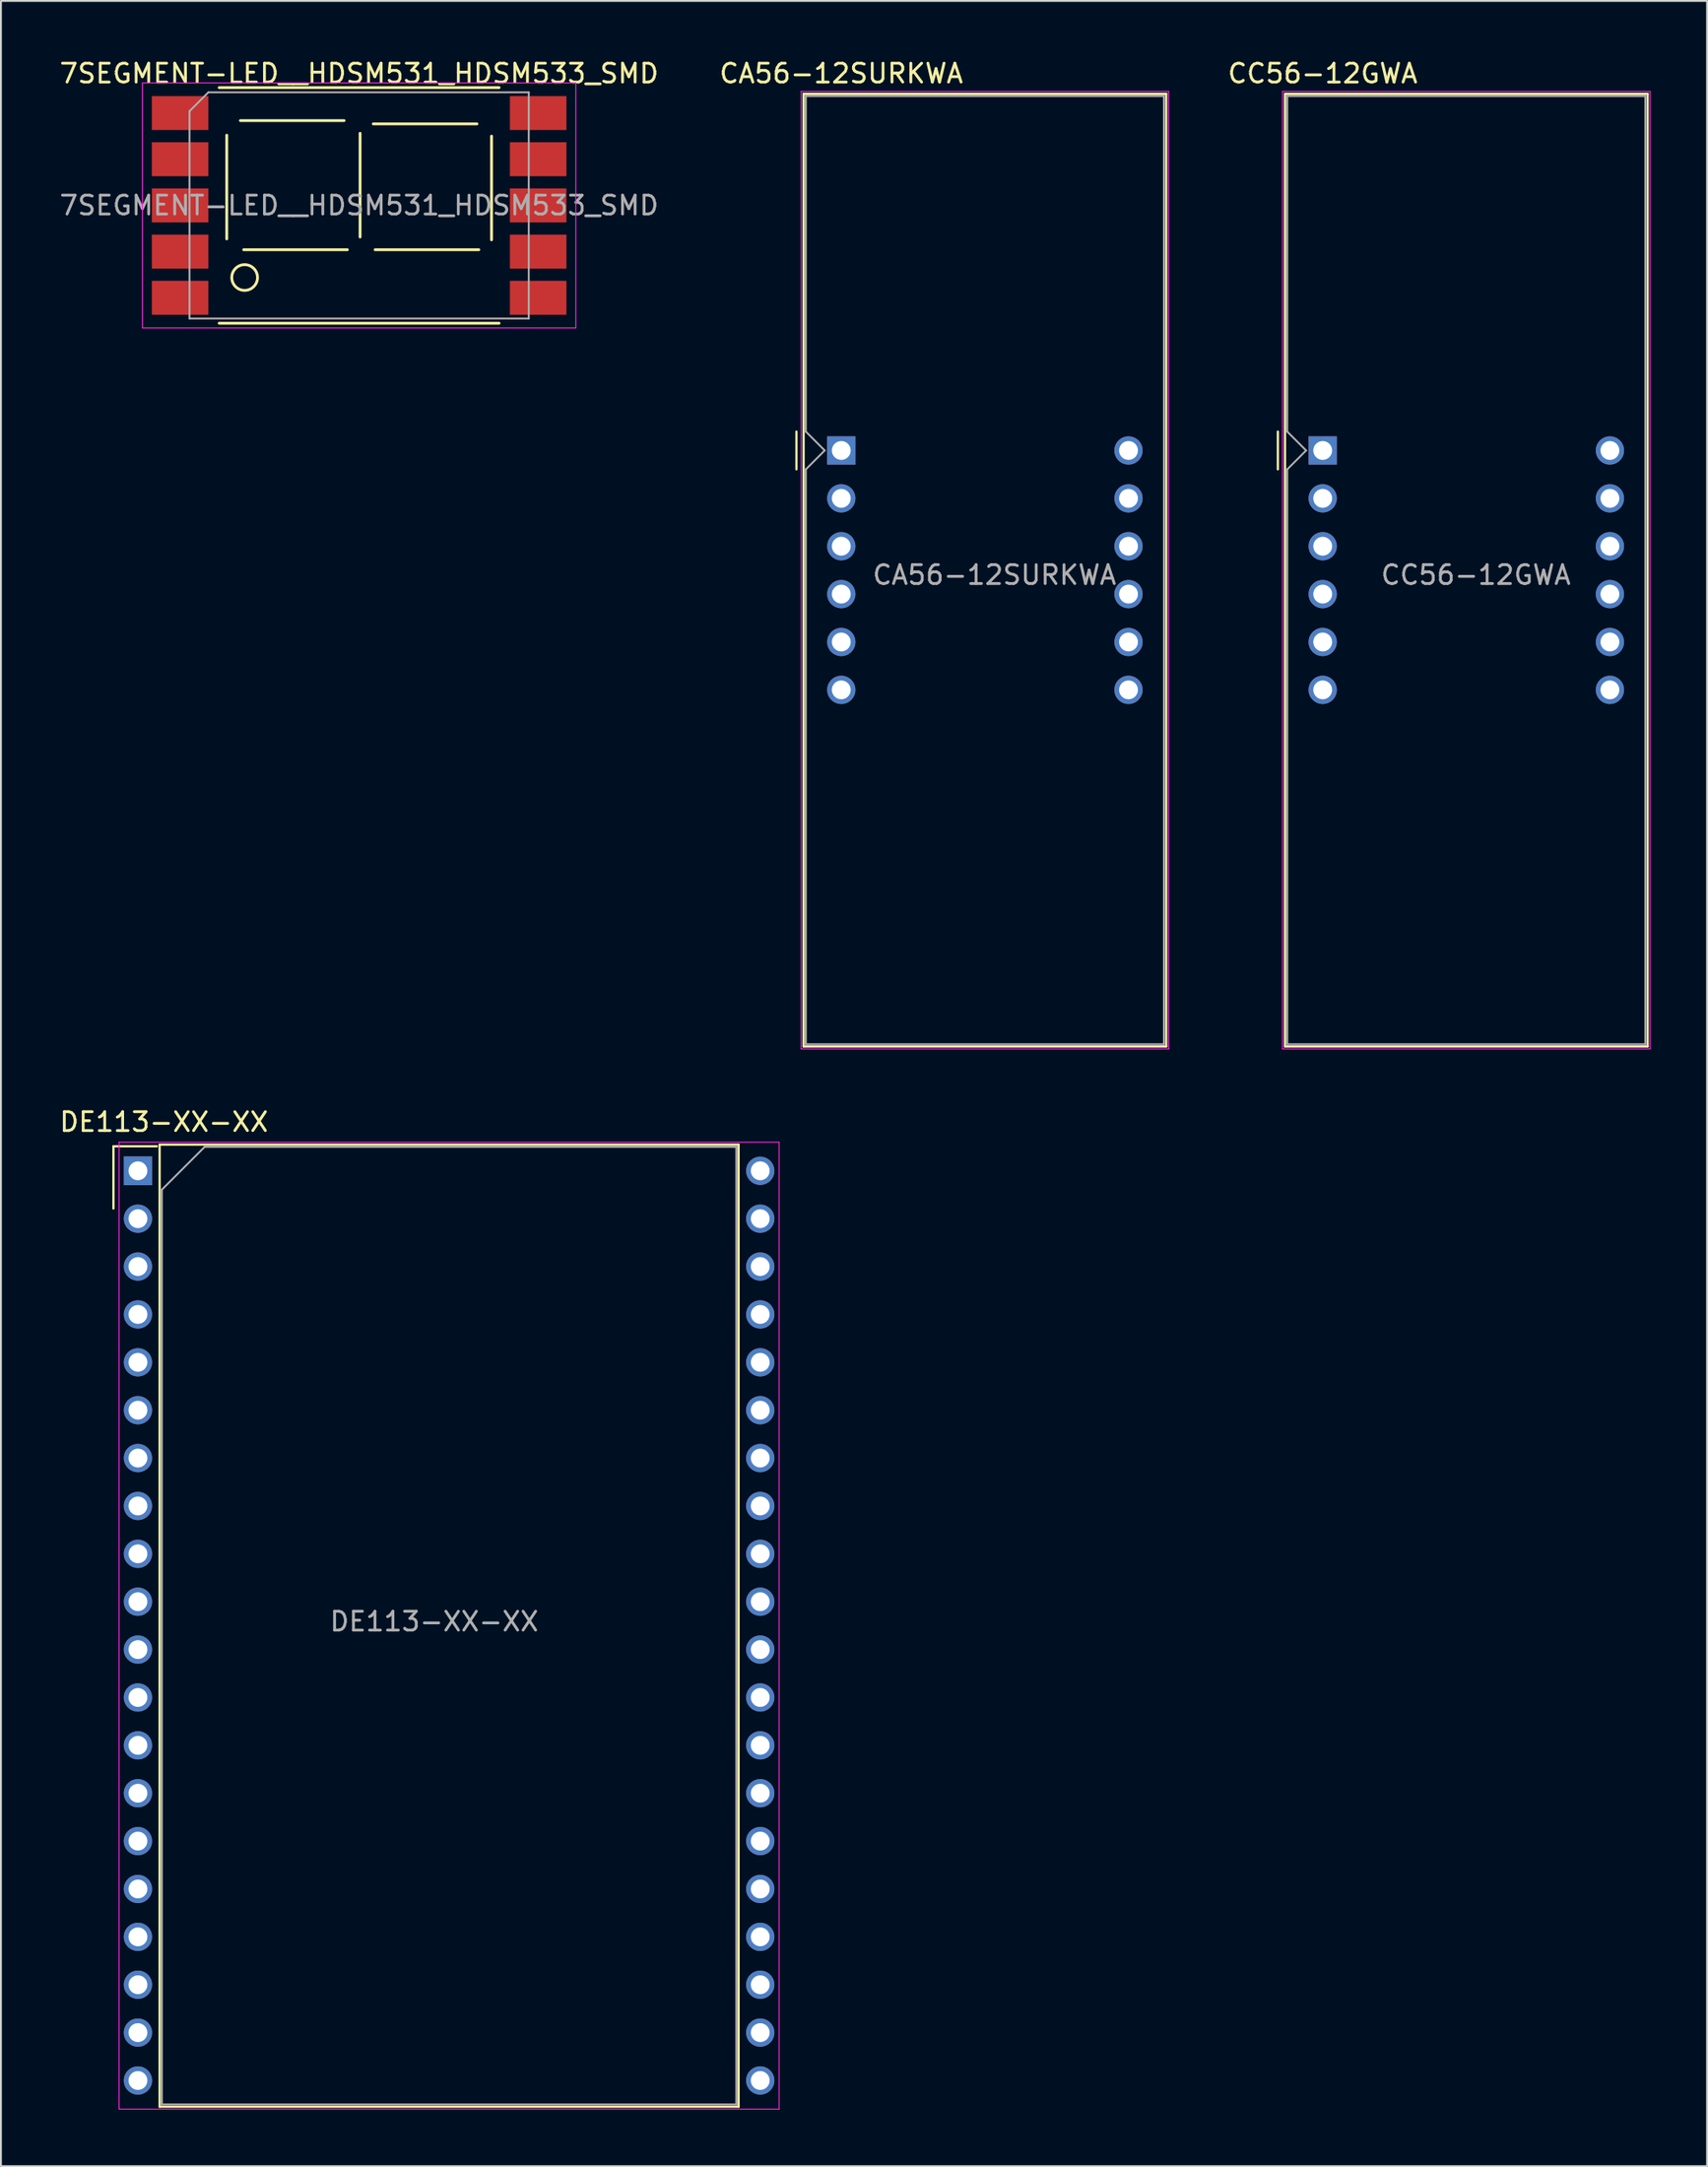
<source format=kicad_pcb>
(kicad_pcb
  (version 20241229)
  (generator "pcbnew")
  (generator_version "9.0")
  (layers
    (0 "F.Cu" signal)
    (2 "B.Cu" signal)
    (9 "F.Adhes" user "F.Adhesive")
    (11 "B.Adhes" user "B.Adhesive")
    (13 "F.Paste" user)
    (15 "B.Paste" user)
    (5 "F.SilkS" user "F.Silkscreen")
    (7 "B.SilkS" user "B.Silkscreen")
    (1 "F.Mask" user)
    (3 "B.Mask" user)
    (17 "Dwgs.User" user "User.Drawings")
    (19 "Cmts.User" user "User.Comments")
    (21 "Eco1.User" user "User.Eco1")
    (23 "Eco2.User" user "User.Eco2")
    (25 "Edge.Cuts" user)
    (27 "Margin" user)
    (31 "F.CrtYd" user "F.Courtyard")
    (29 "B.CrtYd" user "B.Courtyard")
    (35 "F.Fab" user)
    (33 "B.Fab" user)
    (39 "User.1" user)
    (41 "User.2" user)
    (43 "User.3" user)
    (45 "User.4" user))
  (footprint "DE113-XX-XX"
    (layer "F.Cu")
    (at 4.269 59.062)
    (property "Reference" "DE113-XX-XX" (at 1.38 -2.59 0) (layer "F.SilkS") (effects (font (size 1 1) (thickness 0.15))))
    (attr through_hole)
    (fp_line (start -1.3 -1.3) (end -1.3 2) (stroke (width 0.12) (type solid)) (layer "F.SilkS"))
    (fp_line (start -1.3 -1.3) (end 1 -1.3) (stroke (width 0.12) (type solid)) (layer "F.SilkS"))
    (fp_line (start 1.15 -1.39) (end 31.87 -1.39) (stroke (width 0.12) (type solid)) (layer "F.SilkS"))
    (fp_line (start 1.15 49.65) (end 1.15 -1.39) (stroke (width 0.12) (type solid)) (layer "F.SilkS"))
    (fp_line (start 31.87 -1.39) (end 31.87 49.65) (stroke (width 0.12) (type solid)) (layer "F.SilkS"))
    (fp_line (start 31.87 49.65) (end 1.15 49.65) (stroke (width 0.12) (type solid)) (layer "F.SilkS"))
    (fp_line (start -1 -1.52) (end 34.02 -1.52) (stroke (width 0.05) (type solid)) (layer "F.CrtYd"))
    (fp_line (start -1 49.78) (end -1 -1.52) (stroke (width 0.05) (type solid)) (layer "F.CrtYd"))
    (fp_line (start 34.02 -1.52) (end 34.02 49.78) (stroke (width 0.05) (type solid)) (layer "F.CrtYd"))
    (fp_line (start 34.02 49.78) (end -1 49.78) (stroke (width 0.05) (type solid)) (layer "F.CrtYd"))
    (fp_line (start 1.27 1) (end 3.54 -1.27) (stroke (width 0.1) (type solid)) (layer "F.Fab"))
    (fp_line (start 1.27 49.53) (end 1.27 1) (stroke (width 0.1) (type solid)) (layer "F.Fab"))
    (fp_line (start 3.54 -1.27) (end 31.75 -1.27) (stroke (width 0.1) (type solid)) (layer "F.Fab"))
    (fp_line (start 31.75 -1.27) (end 31.75 49.53) (stroke (width 0.1) (type solid)) (layer "F.Fab"))
    (fp_line (start 31.75 49.53) (end 1.27 49.53) (stroke (width 0.1) (type solid)) (layer "F.Fab"))
    (fp_text user "${REFERENCE}" (at 15.72 23.91 0) (layer "F.Fab") (effects (font (size 1 1) (thickness 0.15))))
    (pad "1" thru_hole rect (at 0 0) (size 1.5 1.524) (drill 1) (layers "*.Cu" "*.Mask"))
    (pad "2" thru_hole circle (at 0 2.54) (size 1.5 1.5) (drill 1) (layers "*.Cu" "*.Mask"))
    (pad "3" thru_hole circle (at 0 5.08) (size 1.5 1.5) (drill 1) (layers "*.Cu" "*.Mask"))
    (pad "4" thru_hole circle (at 0 7.62) (size 1.5 1.5) (drill 1) (layers "*.Cu" "*.Mask"))
    (pad "5" thru_hole circle (at 0 10.16) (size 1.5 1.5) (drill 1) (layers "*.Cu" "*.Mask"))
    (pad "6" thru_hole circle (at 0 12.7) (size 1.5 1.5) (drill 1) (layers "*.Cu" "*.Mask"))
    (pad "7" thru_hole circle (at 0 15.24) (size 1.5 1.5) (drill 1) (layers "*.Cu" "*.Mask"))
    (pad "8" thru_hole circle (at 0 17.78) (size 1.5 1.5) (drill 1) (layers "*.Cu" "*.Mask"))
    (pad "9" thru_hole circle (at 0 20.32) (size 1.5 1.5) (drill 1) (layers "*.Cu" "*.Mask"))
    (pad "10" thru_hole circle (at 0 22.86) (size 1.5 1.5) (drill 1) (layers "*.Cu" "*.Mask"))
    (pad "11" thru_hole circle (at 0 25.4) (size 1.5 1.5) (drill 1) (layers "*.Cu" "*.Mask"))
    (pad "12" thru_hole circle (at 0 27.94) (size 1.5 1.5) (drill 1) (layers "*.Cu" "*.Mask"))
    (pad "13" thru_hole circle (at 0 30.48) (size 1.5 1.5) (drill 1) (layers "*.Cu" "*.Mask"))
    (pad "14" thru_hole circle (at 0 33.02) (size 1.5 1.5) (drill 1) (layers "*.Cu" "*.Mask"))
    (pad "15" thru_hole circle (at 0 35.56) (size 1.5 1.5) (drill 1) (layers "*.Cu" "*.Mask"))
    (pad "16" thru_hole circle (at 0 38.1) (size 1.5 1.5) (drill 1) (layers "*.Cu" "*.Mask"))
    (pad "17" thru_hole circle (at 0 40.64) (size 1.5 1.5) (drill 1) (layers "*.Cu" "*.Mask"))
    (pad "18" thru_hole circle (at 0 43.18) (size 1.5 1.5) (drill 1) (layers "*.Cu" "*.Mask"))
    (pad "19" thru_hole circle (at 0 45.72) (size 1.5 1.5) (drill 1) (layers "*.Cu" "*.Mask"))
    (pad "20" thru_hole circle (at 0 48.26) (size 1.5 1.5) (drill 1) (layers "*.Cu" "*.Mask"))
    (pad "21" thru_hole circle (at 33.02 48.26) (size 1.5 1.5) (drill 1) (layers "*.Cu" "*.Mask"))
    (pad "22" thru_hole circle (at 33.02 45.72) (size 1.5 1.5) (drill 1) (layers "*.Cu" "*.Mask"))
    (pad "23" thru_hole circle (at 33.02 43.18) (size 1.5 1.5) (drill 1) (layers "*.Cu" "*.Mask"))
    (pad "24" thru_hole circle (at 33.02 40.64) (size 1.5 1.5) (drill 1) (layers "*.Cu" "*.Mask"))
    (pad "25" thru_hole circle (at 33.02 38.1) (size 1.5 1.5) (drill 1) (layers "*.Cu" "*.Mask"))
    (pad "26" thru_hole circle (at 33.02 35.56) (size 1.5 1.5) (drill 1) (layers "*.Cu" "*.Mask"))
    (pad "27" thru_hole circle (at 33.02 33.02) (size 1.5 1.5) (drill 1) (layers "*.Cu" "*.Mask"))
    (pad "28" thru_hole circle (at 33.02 30.48) (size 1.5 1.5) (drill 1) (layers "*.Cu" "*.Mask"))
    (pad "29" thru_hole circle (at 33.02 27.94) (size 1.5 1.5) (drill 1) (layers "*.Cu" "*.Mask"))
    (pad "30" thru_hole circle (at 33.02 25.4) (size 1.5 1.5) (drill 1) (layers "*.Cu" "*.Mask"))
    (pad "31" thru_hole circle (at 33.02 22.86) (size 1.5 1.5) (drill 1) (layers "*.Cu" "*.Mask"))
    (pad "32" thru_hole circle (at 33.02 20.32) (size 1.5 1.5) (drill 1) (layers "*.Cu" "*.Mask"))
    (pad "33" thru_hole circle (at 33.02 17.78) (size 1.5 1.5) (drill 1) (layers "*.Cu" "*.Mask"))
    (pad "34" thru_hole circle (at 33.02 15.24) (size 1.5 1.5) (drill 1) (layers "*.Cu" "*.Mask"))
    (pad "35" thru_hole circle (at 33.02 12.7) (size 1.5 1.5) (drill 1) (layers "*.Cu" "*.Mask"))
    (pad "36" thru_hole circle (at 33.02 10.16) (size 1.5 1.5) (drill 1) (layers "*.Cu" "*.Mask"))
    (pad "37" thru_hole circle (at 33.02 7.62) (size 1.5 1.5) (drill 1) (layers "*.Cu" "*.Mask"))
    (pad "38" thru_hole circle (at 33.02 5.08) (size 1.5 1.5) (drill 1) (layers "*.Cu" "*.Mask"))
    (pad "39" thru_hole circle (at 33.02 2.54) (size 1.5 1.5) (drill 1) (layers "*.Cu" "*.Mask"))
    (pad "40" thru_hole circle (at 33.02 0) (size 1.5 1.5) (drill 1) (layers "*.Cu" "*.Mask")))
  (footprint "CA56-12SURKWA"
    (layer "F.Cu")
    (at 41.589 20.848)
    (property "Reference" "CA56-12SURKWA" (at 0 -20 0) (layer "F.SilkS") (effects (font (size 1 1) (thickness 0.15))))
    (attr through_hole)
    (fp_line (start -2.38 -1) (end -2.38 1) (stroke (width 0.12) (type solid)) (layer "F.SilkS"))
    (fp_line (start -2 -18.92) (end -2 31.62) (stroke (width 0.12) (type solid)) (layer "F.SilkS"))
    (fp_line (start -2 -18.92) (end 17.24 -18.92) (stroke (width 0.12) (type solid)) (layer "F.SilkS"))
    (fp_line (start -2 31.62) (end 17.24 31.62) (stroke (width 0.12) (type solid)) (layer "F.SilkS"))
    (fp_line (start 17.24 31.62) (end 17.24 -18.92) (stroke (width 0.12) (type solid)) (layer "F.SilkS"))
    (fp_line (start -2.13 -19.05) (end 17.37 -19.05) (stroke (width 0.05) (type solid)) (layer "F.CrtYd"))
    (fp_line (start -2.13 31.75) (end -2.13 -19.05) (stroke (width 0.05) (type solid)) (layer "F.CrtYd"))
    (fp_line (start 17.37 -19.05) (end 17.37 31.75) (stroke (width 0.05) (type solid)) (layer "F.CrtYd"))
    (fp_line (start 17.37 31.75) (end -2.13 31.75) (stroke (width 0.05) (type solid)) (layer "F.CrtYd"))
    (fp_line (start -1.88 -18.8) (end 17.12 -18.8) (stroke (width 0.1) (type solid)) (layer "F.Fab"))
    (fp_line (start -1.88 -1) (end -1.88 -18.8) (stroke (width 0.1) (type solid)) (layer "F.Fab"))
    (fp_line (start -1.88 1) (end -1.88 31.5) (stroke (width 0.1) (type solid)) (layer "F.Fab"))
    (fp_line (start -1.88 1) (end -0.88 0) (stroke (width 0.1) (type solid)) (layer "F.Fab"))
    (fp_line (start -1.88 31.5) (end 17.12 31.5) (stroke (width 0.1) (type solid)) (layer "F.Fab"))
    (fp_line (start -0.88 0) (end -1.88 -1) (stroke (width 0.1) (type solid)) (layer "F.Fab"))
    (fp_line (start 17.12 -18.8) (end 17.12 31.5) (stroke (width 0.1) (type solid)) (layer "F.Fab"))
    (fp_text user "${REFERENCE}" (at 8.128 6.604 0) (layer "F.Fab") (effects (font (size 1 1) (thickness 0.15))))
    (pad "1" thru_hole rect (at 0 0) (size 1.5 1.5) (drill 1) (layers "*.Cu" "*.Mask"))
    (pad "2" thru_hole circle (at 0 2.54) (size 1.5 1.5) (drill 1) (layers "*.Cu" "*.Mask"))
    (pad "3" thru_hole circle (at 0 5.08) (size 1.5 1.5) (drill 1) (layers "*.Cu" "*.Mask"))
    (pad "4" thru_hole circle (at 0 7.62) (size 1.5 1.5) (drill 1) (layers "*.Cu" "*.Mask"))
    (pad "5" thru_hole circle (at 0 10.16) (size 1.5 1.5) (drill 1) (layers "*.Cu" "*.Mask"))
    (pad "6" thru_hole circle (at 0 12.7) (size 1.5 1.5) (drill 1) (layers "*.Cu" "*.Mask"))
    (pad "7" thru_hole circle (at 15.24 12.7) (size 1.5 1.5) (drill 1) (layers "*.Cu" "*.Mask"))
    (pad "8" thru_hole circle (at 15.24 10.16) (size 1.5 1.5) (drill 1) (layers "*.Cu" "*.Mask"))
    (pad "9" thru_hole circle (at 15.24 7.62) (size 1.5 1.5) (drill 1) (layers "*.Cu" "*.Mask"))
    (pad "10" thru_hole circle (at 15.24 5.08) (size 1.5 1.5) (drill 1) (layers "*.Cu" "*.Mask"))
    (pad "11" thru_hole circle (at 15.24 2.54) (size 1.5 1.5) (drill 1) (layers "*.Cu" "*.Mask"))
    (pad "12" thru_hole circle (at 15.24 0) (size 1.5 1.5) (drill 1) (layers "*.Cu" "*.Mask")))
  (footprint "7SEGMENT-LED__HDSM531_HDSM533_SMD"
    (layer "F.Cu")
    (at 16.006 7.848)
    (property "Reference" "7SEGMENT-LED__HDSM531_HDSM533_SMD" (at 0 -7 0) (layer "F.SilkS") (effects (font (size 1 1) (thickness 0.15))))
    (attr smd)
    (fp_line (start -7.425 6.25) (end 7.425 6.25) (stroke (width 0.15) (type solid)) (layer "F.SilkS"))
    (fp_line (start -7.025 -3.725) (end -7.025 1.775) (stroke (width 0.15) (type solid)) (layer "F.SilkS"))
    (fp_line (start -6.3 -4.5) (end -0.8 -4.5) (stroke (width 0.15) (type solid)) (layer "F.SilkS"))
    (fp_line (start -6.125 2.35) (end -0.625 2.35) (stroke (width 0.15) (type solid)) (layer "F.SilkS"))
    (fp_line (start 0.05 -3.825) (end 0.05 1.675) (stroke (width 0.15) (type solid)) (layer "F.SilkS"))
    (fp_line (start 0.75 -4.325) (end 6.25 -4.325) (stroke (width 0.15) (type solid)) (layer "F.SilkS"))
    (fp_line (start 0.85 2.35) (end 6.35 2.35) (stroke (width 0.15) (type solid)) (layer "F.SilkS"))
    (fp_line (start 7.025 -3.675) (end 7.025 1.825) (stroke (width 0.15) (type solid)) (layer "F.SilkS"))
    (fp_line (start 7.425 -6.25) (end -7.425 -6.25) (stroke (width 0.15) (type solid)) (layer "F.SilkS"))
    (fp_circle (center -6.075 3.825) (end -6.75 3.925) (stroke (width 0.15) (type solid)) (fill no) (layer "F.SilkS"))
    (fp_line (start -11.5 -6.5) (end 11.5 -6.5) (stroke (width 0.05) (type solid)) (layer "F.CrtYd"))
    (fp_line (start -11.5 6.5) (end -11.5 -6.5) (stroke (width 0.05) (type solid)) (layer "F.CrtYd"))
    (fp_line (start 11.5 -6.5) (end 11.5 6.5) (stroke (width 0.05) (type solid)) (layer "F.CrtYd"))
    (fp_line (start 11.5 6.5) (end -11.5 6.5) (stroke (width 0.05) (type solid)) (layer "F.CrtYd"))
    (fp_line (start -9 -5) (end -9 6) (stroke (width 0.1) (type solid)) (layer "F.Fab"))
    (fp_line (start -9 6) (end 9 6) (stroke (width 0.1) (type solid)) (layer "F.Fab"))
    (fp_line (start -8 -6) (end -9 -5) (stroke (width 0.1) (type solid)) (layer "F.Fab"))
    (fp_line (start 9 -6) (end -8 -6) (stroke (width 0.1) (type solid)) (layer "F.Fab"))
    (fp_line (start 9 6) (end 9 -6) (stroke (width 0.1) (type solid)) (layer "F.Fab"))
    (fp_text user "${REFERENCE}" (at 0 0 0) (layer "F.Fab") (effects (font (size 1 1) (thickness 0.15))))
    (pad "1" smd rect (at -9.5 -4.9 270) (size 1.8 3) (layers "F.Cu" "F.Mask" "F.Paste"))
    (pad "2" smd rect (at -9.5 -2.45 270) (size 1.8 3) (layers "F.Cu" "F.Mask" "F.Paste"))
    (pad "3" smd rect (at -9.5 0 270) (size 1.8 3) (layers "F.Cu" "F.Mask" "F.Paste"))
    (pad "4" smd rect (at -9.5 2.45 270) (size 1.8 3) (layers "F.Cu" "F.Mask" "F.Paste"))
    (pad "5" smd rect (at -9.5 4.9 270) (size 1.8 3) (layers "F.Cu" "F.Mask" "F.Paste"))
    (pad "6" smd rect (at 9.5 4.9 270) (size 1.8 3) (layers "F.Cu" "F.Mask" "F.Paste"))
    (pad "7" smd rect (at 9.5 2.45 270) (size 1.8 3) (layers "F.Cu" "F.Mask" "F.Paste"))
    (pad "8" smd rect (at 9.5 0 270) (size 1.8 3) (layers "F.Cu" "F.Mask" "F.Paste"))
    (pad "9" smd rect (at 9.5 -2.45 270) (size 1.8 3) (layers "F.Cu" "F.Mask" "F.Paste"))
    (pad "10" smd rect (at 9.5 -4.9 270) (size 1.8 3) (layers "F.Cu" "F.Mask" "F.Paste")))
  (footprint "CC56-12GWA"
    (layer "F.Cu")
    (at 67.133 20.848)
    (property "Reference" "CC56-12GWA" (at 0 -20 0) (layer "F.SilkS") (effects (font (size 1 1) (thickness 0.15))))
    (attr through_hole)
    (fp_line (start -2.38 -1) (end -2.38 1) (stroke (width 0.12) (type solid)) (layer "F.SilkS"))
    (fp_line (start -2 -18.92) (end -2 31.62) (stroke (width 0.12) (type solid)) (layer "F.SilkS"))
    (fp_line (start -2 -18.92) (end 17.24 -18.92) (stroke (width 0.12) (type solid)) (layer "F.SilkS"))
    (fp_line (start -2 31.62) (end 17.24 31.62) (stroke (width 0.12) (type solid)) (layer "F.SilkS"))
    (fp_line (start 17.24 31.62) (end 17.24 -18.92) (stroke (width 0.12) (type solid)) (layer "F.SilkS"))
    (fp_line (start -2.13 -19.05) (end 17.37 -19.05) (stroke (width 0.05) (type solid)) (layer "F.CrtYd"))
    (fp_line (start -2.13 31.75) (end -2.13 -19.05) (stroke (width 0.05) (type solid)) (layer "F.CrtYd"))
    (fp_line (start 17.37 -19.05) (end 17.37 31.75) (stroke (width 0.05) (type solid)) (layer "F.CrtYd"))
    (fp_line (start 17.37 31.75) (end -2.13 31.75) (stroke (width 0.05) (type solid)) (layer "F.CrtYd"))
    (fp_line (start -1.88 -18.8) (end 17.12 -18.8) (stroke (width 0.1) (type solid)) (layer "F.Fab"))
    (fp_line (start -1.88 -1) (end -1.88 -18.8) (stroke (width 0.1) (type solid)) (layer "F.Fab"))
    (fp_line (start -1.88 1) (end -1.88 31.5) (stroke (width 0.1) (type solid)) (layer "F.Fab"))
    (fp_line (start -1.88 1) (end -0.88 0) (stroke (width 0.1) (type solid)) (layer "F.Fab"))
    (fp_line (start -1.88 31.5) (end 17.12 31.5) (stroke (width 0.1) (type solid)) (layer "F.Fab"))
    (fp_line (start -0.88 0) (end -1.88 -1) (stroke (width 0.1) (type solid)) (layer "F.Fab"))
    (fp_line (start 17.12 -18.8) (end 17.12 31.5) (stroke (width 0.1) (type solid)) (layer "F.Fab"))
    (fp_text user "${REFERENCE}" (at 8.128 6.604 0) (layer "F.Fab") (effects (font (size 1 1) (thickness 0.15))))
    (pad "1" thru_hole rect (at 0 0) (size 1.5 1.5) (drill 1) (layers "*.Cu" "*.Mask"))
    (pad "2" thru_hole circle (at 0 2.54) (size 1.5 1.5) (drill 1) (layers "*.Cu" "*.Mask"))
    (pad "3" thru_hole circle (at 0 5.08) (size 1.5 1.5) (drill 1) (layers "*.Cu" "*.Mask"))
    (pad "4" thru_hole circle (at 0 7.62) (size 1.5 1.5) (drill 1) (layers "*.Cu" "*.Mask"))
    (pad "5" thru_hole circle (at 0 10.16) (size 1.5 1.5) (drill 1) (layers "*.Cu" "*.Mask"))
    (pad "6" thru_hole circle (at 0 12.7) (size 1.5 1.5) (drill 1) (layers "*.Cu" "*.Mask"))
    (pad "7" thru_hole circle (at 15.24 12.7) (size 1.5 1.5) (drill 1) (layers "*.Cu" "*.Mask"))
    (pad "8" thru_hole circle (at 15.24 10.16) (size 1.5 1.5) (drill 1) (layers "*.Cu" "*.Mask"))
    (pad "9" thru_hole circle (at 15.24 7.62) (size 1.5 1.5) (drill 1) (layers "*.Cu" "*.Mask"))
    (pad "10" thru_hole circle (at 15.24 5.08) (size 1.5 1.5) (drill 1) (layers "*.Cu" "*.Mask"))
    (pad "11" thru_hole circle (at 15.24 2.54) (size 1.5 1.5) (drill 1) (layers "*.Cu" "*.Mask"))
    (pad "12" thru_hole circle (at 15.24 0) (size 1.5 1.5) (drill 1) (layers "*.Cu" "*.Mask")))
  (gr_rect
    (start -3 -3)
    (end 87.528 111.867)
    (stroke (width 0.1) (type default))
    (fill no)
    (layer "Edge.Cuts")))
</source>
